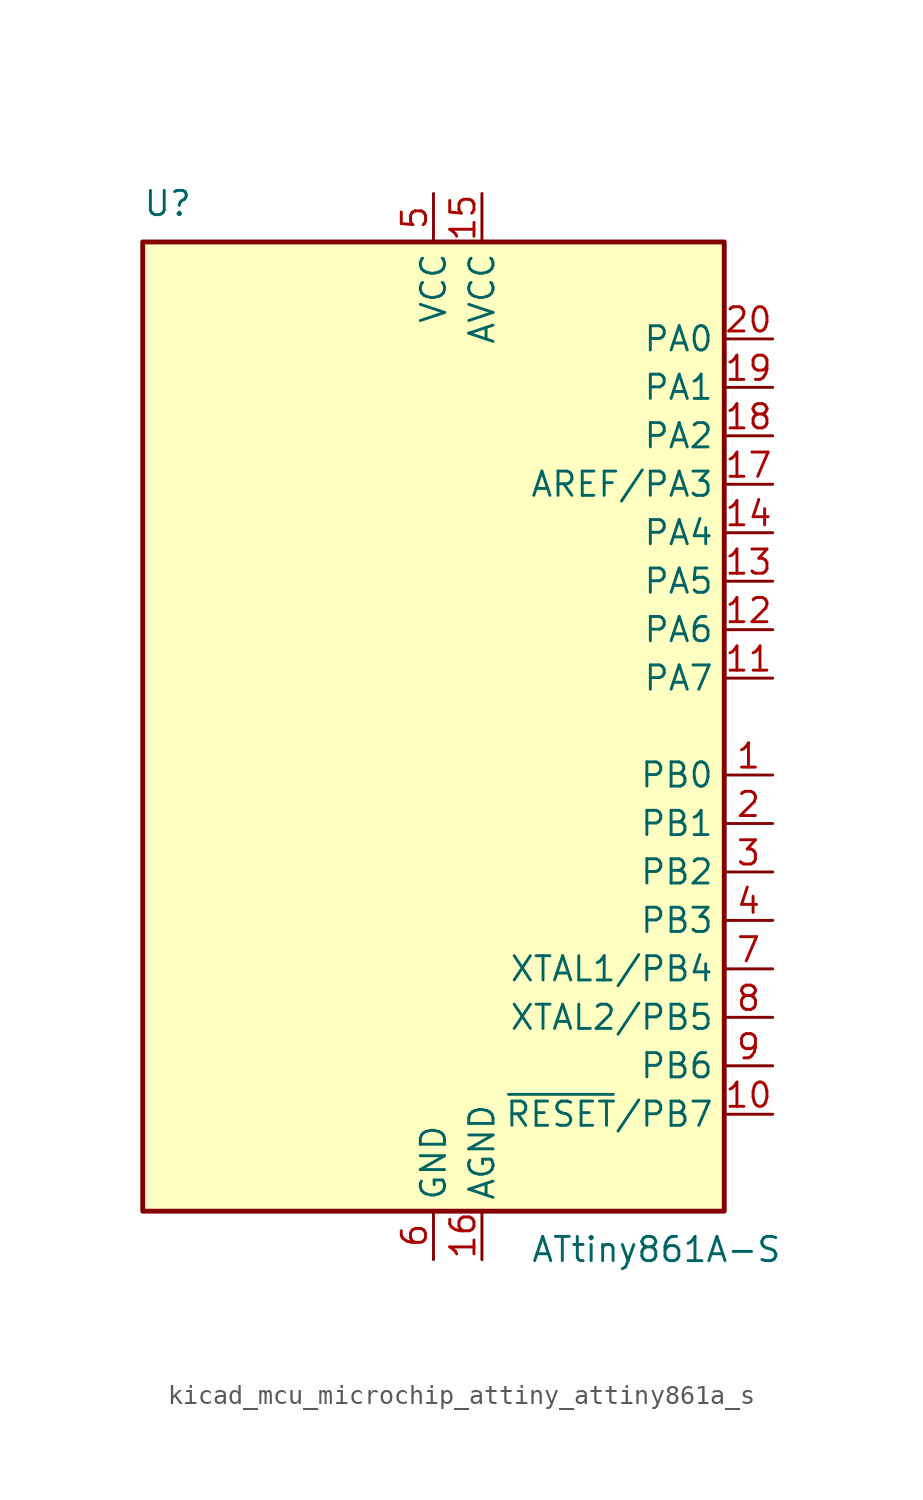
<source format=kicad_sym>
(kicad_symbol_lib
  (version 20220914)
  (generator kicad_symbol_editor)
  (symbol "kicad_mcu_microchip_attiny_attiny861a_s"
    (property "Reference" "U"
      (at -15.24 26.67 0)
      (effects (font (size 1.27 1.27)) (justify left bottom)))
    (property "Value" "ATtiny861A-S"
      (at 5.08 -26.67 0)
      (effects (font (size 1.27 1.27)) (justify left top)))
    (symbol "kicad_mcu_microchip_attiny_attiny861a_s_0_1"
      (rectangle (start -15.24 -25.4) (end 15.24 25.4) (stroke (width 0.254) (type default)) (fill (type background))))
    (symbol "kicad_mcu_microchip_attiny_attiny861a_s_1_1"
      (pin bidirectional line (at 17.78 -2.54 180) (length 2.54) (name "PB0" (effects (font (size 1.27 1.27)))) (number "1" (effects (font (size 1.27 1.27)))))
      (pin bidirectional line (at 17.78 -20.32 180) (length 2.54) (name "~{RESET}/PB7" (effects (font (size 1.27 1.27)))) (number "10" (effects (font (size 1.27 1.27)))))
      (pin bidirectional line (at 17.78 2.54 180) (length 2.54) (name "PA7" (effects (font (size 1.27 1.27)))) (number "11" (effects (font (size 1.27 1.27)))))
      (pin bidirectional line (at 17.78 5.08 180) (length 2.54) (name "PA6" (effects (font (size 1.27 1.27)))) (number "12" (effects (font (size 1.27 1.27)))))
      (pin bidirectional line (at 17.78 7.62 180) (length 2.54) (name "PA5" (effects (font (size 1.27 1.27)))) (number "13" (effects (font (size 1.27 1.27)))))
      (pin bidirectional line (at 17.78 10.16 180) (length 2.54) (name "PA4" (effects (font (size 1.27 1.27)))) (number "14" (effects (font (size 1.27 1.27)))))
      (pin power_in line (at 2.54 27.94 270) (length 2.54) (name "AVCC" (effects (font (size 1.27 1.27)))) (number "15" (effects (font (size 1.27 1.27)))))
      (pin power_in line (at 2.54 -27.94 90) (length 2.54) (name "AGND" (effects (font (size 1.27 1.27)))) (number "16" (effects (font (size 1.27 1.27)))))
      (pin bidirectional line (at 17.78 12.7 180) (length 2.54) (name "AREF/PA3" (effects (font (size 1.27 1.27)))) (number "17" (effects (font (size 1.27 1.27)))))
      (pin bidirectional line (at 17.78 15.24 180) (length 2.54) (name "PA2" (effects (font (size 1.27 1.27)))) (number "18" (effects (font (size 1.27 1.27)))))
      (pin bidirectional line (at 17.78 17.78 180) (length 2.54) (name "PA1" (effects (font (size 1.27 1.27)))) (number "19" (effects (font (size 1.27 1.27)))))
      (pin bidirectional line (at 17.78 -5.08 180) (length 2.54) (name "PB1" (effects (font (size 1.27 1.27)))) (number "2" (effects (font (size 1.27 1.27)))))
      (pin bidirectional line (at 17.78 20.32 180) (length 2.54) (name "PA0" (effects (font (size 1.27 1.27)))) (number "20" (effects (font (size 1.27 1.27)))))
      (pin bidirectional line (at 17.78 -7.62 180) (length 2.54) (name "PB2" (effects (font (size 1.27 1.27)))) (number "3" (effects (font (size 1.27 1.27)))))
      (pin bidirectional line (at 17.78 -10.16 180) (length 2.54) (name "PB3" (effects (font (size 1.27 1.27)))) (number "4" (effects (font (size 1.27 1.27)))))
      (pin power_in line (at 0 27.94 270) (length 2.54) (name "VCC" (effects (font (size 1.27 1.27)))) (number "5" (effects (font (size 1.27 1.27)))))
      (pin power_in line (at 0 -27.94 90) (length 2.54) (name "GND" (effects (font (size 1.27 1.27)))) (number "6" (effects (font (size 1.27 1.27)))))
      (pin bidirectional line (at 17.78 -12.7 180) (length 2.54) (name "XTAL1/PB4" (effects (font (size 1.27 1.27)))) (number "7" (effects (font (size 1.27 1.27)))))
      (pin bidirectional line (at 17.78 -15.24 180) (length 2.54) (name "XTAL2/PB5" (effects (font (size 1.27 1.27)))) (number "8" (effects (font (size 1.27 1.27)))))
      (pin bidirectional line (at 17.78 -17.78 180) (length 2.54) (name "PB6" (effects (font (size 1.27 1.27)))) (number "9" (effects (font (size 1.27 1.27))))))))
</source>
